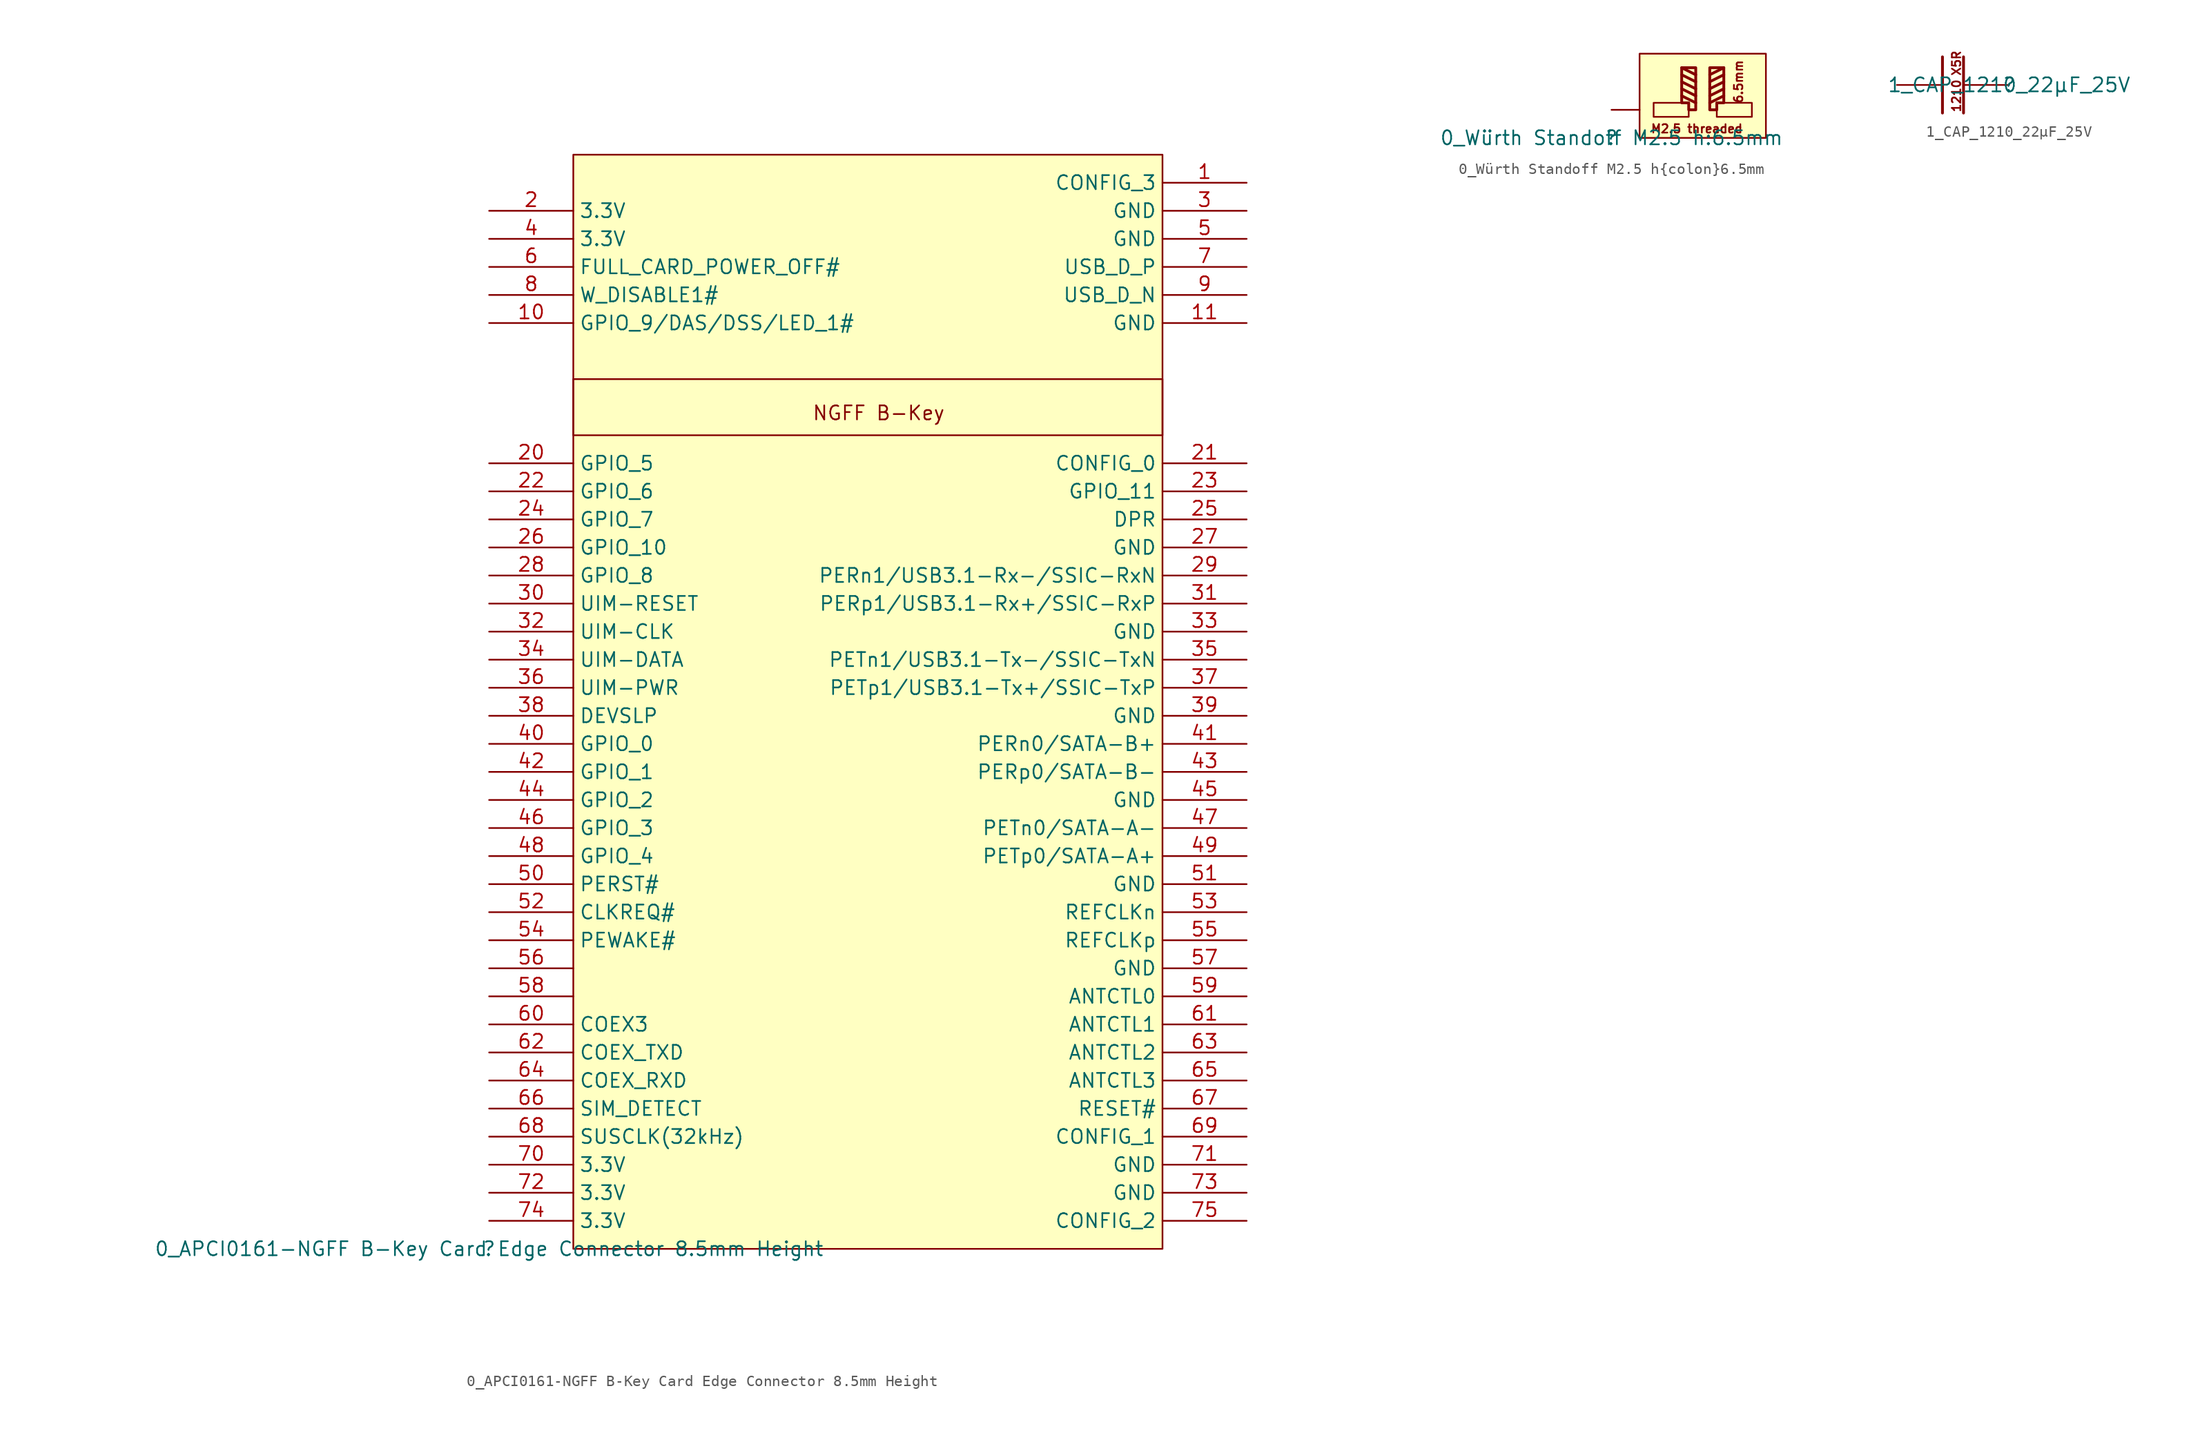
<source format=kicad_sym>
(kicad_symbol_lib
  (version 20211014)
  (generator kicad_symbol_editor)
  (symbol "0_APCI0161-NGFF B-Key Card Edge Connector 8.5mm Height"
    (property "Reference" ""
      (at 0 0 0)
      (effects (font (size 1.27 1.27))))
    (property "Value" "0_APCI0161-NGFF B-Key Card Edge Connector 8.5mm Height"
      (at 0 0 0)
      (effects (font (size 1.27 1.27))))
    (symbol "0_APCI0161-NGFF B-Key Card Edge Connector 8.5mm Height_1_0"
      (rectangle (start 60.96 78.74) (end 7.62 73.66) (stroke (width 0) (type default) (color 0 0 0 0)) (fill (type background)))
      (rectangle (start 60.96 99.06) (end 7.62 0) (stroke (width 0) (type default) (color 0 0 0 0)) (fill (type background)))
      (text "NGFF B-Key" (at 29.21 74.93 0) (effects (font (size 1.27 1.27)) (justify left bottom)))
      (pin passive line (at 68.58 96.52 180) (length 7.62) (name "CONFIG_3" (effects (font (size 1.27 1.27)))) (number "1" (effects (font (size 1.27 1.27)))))
      (pin passive line (at 0 83.82 0) (length 7.62) (name "GPIO_9/DAS/DSS/LED_1#" (effects (font (size 1.27 1.27)))) (number "10" (effects (font (size 1.27 1.27)))))
      (pin passive line (at 68.58 83.82 180) (length 7.62) (name "GND" (effects (font (size 1.27 1.27)))) (number "11" (effects (font (size 1.27 1.27)))))
      (pin passive line (at 0 93.98 0) (length 7.62) (name "3.3V" (effects (font (size 1.27 1.27)))) (number "2" (effects (font (size 1.27 1.27)))))
      (pin passive line (at 0 71.12 0) (length 7.62) (name "GPIO_5" (effects (font (size 1.27 1.27)))) (number "20" (effects (font (size 1.27 1.27)))))
      (pin passive line (at 68.58 71.12 180) (length 7.62) (name "CONFIG_0" (effects (font (size 1.27 1.27)))) (number "21" (effects (font (size 1.27 1.27)))))
      (pin passive line (at 0 68.58 0) (length 7.62) (name "GPIO_6" (effects (font (size 1.27 1.27)))) (number "22" (effects (font (size 1.27 1.27)))))
      (pin passive line (at 68.58 68.58 180) (length 7.62) (name "GPIO_11" (effects (font (size 1.27 1.27)))) (number "23" (effects (font (size 1.27 1.27)))))
      (pin passive line (at 0 66.04 0) (length 7.62) (name "GPIO_7" (effects (font (size 1.27 1.27)))) (number "24" (effects (font (size 1.27 1.27)))))
      (pin passive line (at 68.58 66.04 180) (length 7.62) (name "DPR" (effects (font (size 1.27 1.27)))) (number "25" (effects (font (size 1.27 1.27)))))
      (pin passive line (at 0 63.5 0) (length 7.62) (name "GPIO_10" (effects (font (size 1.27 1.27)))) (number "26" (effects (font (size 1.27 1.27)))))
      (pin passive line (at 68.58 63.5 180) (length 7.62) (name "GND" (effects (font (size 1.27 1.27)))) (number "27" (effects (font (size 1.27 1.27)))))
      (pin passive line (at 0 60.96 0) (length 7.62) (name "GPIO_8" (effects (font (size 1.27 1.27)))) (number "28" (effects (font (size 1.27 1.27)))))
      (pin passive line (at 68.58 60.96 180) (length 7.62) (name "PERn1/USB3.1-Rx-/SSIC-RxN" (effects (font (size 1.27 1.27)))) (number "29" (effects (font (size 1.27 1.27)))))
      (pin passive line (at 68.58 93.98 180) (length 7.62) (name "GND" (effects (font (size 1.27 1.27)))) (number "3" (effects (font (size 1.27 1.27)))))
      (pin passive line (at 0 58.42 0) (length 7.62) (name "UIM-RESET" (effects (font (size 1.27 1.27)))) (number "30" (effects (font (size 1.27 1.27)))))
      (pin passive line (at 68.58 58.42 180) (length 7.62) (name "PERp1/USB3.1-Rx+/SSIC-RxP" (effects (font (size 1.27 1.27)))) (number "31" (effects (font (size 1.27 1.27)))))
      (pin passive line (at 0 55.88 0) (length 7.62) (name "UIM-CLK" (effects (font (size 1.27 1.27)))) (number "32" (effects (font (size 1.27 1.27)))))
      (pin passive line (at 68.58 55.88 180) (length 7.62) (name "GND" (effects (font (size 1.27 1.27)))) (number "33" (effects (font (size 1.27 1.27)))))
      (pin passive line (at 0 53.34 0) (length 7.62) (name "UIM-DATA" (effects (font (size 1.27 1.27)))) (number "34" (effects (font (size 1.27 1.27)))))
      (pin passive line (at 68.58 53.34 180) (length 7.62) (name "PETn1/USB3.1-Tx-/SSIC-TxN" (effects (font (size 1.27 1.27)))) (number "35" (effects (font (size 1.27 1.27)))))
      (pin passive line (at 0 50.8 0) (length 7.62) (name "UIM-PWR" (effects (font (size 1.27 1.27)))) (number "36" (effects (font (size 1.27 1.27)))))
      (pin passive line (at 68.58 50.8 180) (length 7.62) (name "PETp1/USB3.1-Tx+/SSIC-TxP" (effects (font (size 1.27 1.27)))) (number "37" (effects (font (size 1.27 1.27)))))
      (pin passive line (at 0 48.26 0) (length 7.62) (name "DEVSLP" (effects (font (size 1.27 1.27)))) (number "38" (effects (font (size 1.27 1.27)))))
      (pin passive line (at 68.58 48.26 180) (length 7.62) (name "GND" (effects (font (size 1.27 1.27)))) (number "39" (effects (font (size 1.27 1.27)))))
      (pin passive line (at 0 91.44 0) (length 7.62) (name "3.3V" (effects (font (size 1.27 1.27)))) (number "4" (effects (font (size 1.27 1.27)))))
      (pin passive line (at 0 45.72 0) (length 7.62) (name "GPIO_0" (effects (font (size 1.27 1.27)))) (number "40" (effects (font (size 1.27 1.27)))))
      (pin passive line (at 68.58 45.72 180) (length 7.62) (name "PERn0/SATA-B+" (effects (font (size 1.27 1.27)))) (number "41" (effects (font (size 1.27 1.27)))))
      (pin passive line (at 0 43.18 0) (length 7.62) (name "GPIO_1" (effects (font (size 1.27 1.27)))) (number "42" (effects (font (size 1.27 1.27)))))
      (pin passive line (at 68.58 43.18 180) (length 7.62) (name "PERp0/SATA-B-" (effects (font (size 1.27 1.27)))) (number "43" (effects (font (size 1.27 1.27)))))
      (pin passive line (at 0 40.64 0) (length 7.62) (name "GPIO_2" (effects (font (size 1.27 1.27)))) (number "44" (effects (font (size 1.27 1.27)))))
      (pin passive line (at 68.58 40.64 180) (length 7.62) (name "GND" (effects (font (size 1.27 1.27)))) (number "45" (effects (font (size 1.27 1.27)))))
      (pin passive line (at 0 38.1 0) (length 7.62) (name "GPIO_3" (effects (font (size 1.27 1.27)))) (number "46" (effects (font (size 1.27 1.27)))))
      (pin passive line (at 68.58 38.1 180) (length 7.62) (name "PETn0/SATA-A-" (effects (font (size 1.27 1.27)))) (number "47" (effects (font (size 1.27 1.27)))))
      (pin passive line (at 0 35.56 0) (length 7.62) (name "GPIO_4" (effects (font (size 1.27 1.27)))) (number "48" (effects (font (size 1.27 1.27)))))
      (pin passive line (at 68.58 35.56 180) (length 7.62) (name "PETp0/SATA-A+" (effects (font (size 1.27 1.27)))) (number "49" (effects (font (size 1.27 1.27)))))
      (pin passive line (at 68.58 91.44 180) (length 7.62) (name "GND" (effects (font (size 1.27 1.27)))) (number "5" (effects (font (size 1.27 1.27)))))
      (pin passive line (at 0 33.02 0) (length 7.62) (name "PERST#" (effects (font (size 1.27 1.27)))) (number "50" (effects (font (size 1.27 1.27)))))
      (pin passive line (at 68.58 33.02 180) (length 7.62) (name "GND" (effects (font (size 1.27 1.27)))) (number "51" (effects (font (size 1.27 1.27)))))
      (pin passive line (at 0 30.48 0) (length 7.62) (name "CLKREQ#" (effects (font (size 1.27 1.27)))) (number "52" (effects (font (size 1.27 1.27)))))
      (pin passive line (at 68.58 30.48 180) (length 7.62) (name "REFCLKn" (effects (font (size 1.27 1.27)))) (number "53" (effects (font (size 1.27 1.27)))))
      (pin passive line (at 0 27.94 0) (length 7.62) (name "PEWAKE#" (effects (font (size 1.27 1.27)))) (number "54" (effects (font (size 1.27 1.27)))))
      (pin passive line (at 68.58 27.94 180) (length 7.62) (name "REFCLKp" (effects (font (size 1.27 1.27)))) (number "55" (effects (font (size 1.27 1.27)))))
      (pin passive line (at 0 25.4 0) (length 7.62) (name "" (effects (font (size 1.27 1.27)))) (number "56" (effects (font (size 1.27 1.27)))))
      (pin passive line (at 68.58 25.4 180) (length 7.62) (name "GND" (effects (font (size 1.27 1.27)))) (number "57" (effects (font (size 1.27 1.27)))))
      (pin passive line (at 0 22.86 0) (length 7.62) (name "" (effects (font (size 1.27 1.27)))) (number "58" (effects (font (size 1.27 1.27)))))
      (pin passive line (at 68.58 22.86 180) (length 7.62) (name "ANTCTL0" (effects (font (size 1.27 1.27)))) (number "59" (effects (font (size 1.27 1.27)))))
      (pin passive line (at 0 88.9 0) (length 7.62) (name "FULL_CARD_POWER_OFF#" (effects (font (size 1.27 1.27)))) (number "6" (effects (font (size 1.27 1.27)))))
      (pin passive line (at 0 20.32 0) (length 7.62) (name "COEX3" (effects (font (size 1.27 1.27)))) (number "60" (effects (font (size 1.27 1.27)))))
      (pin passive line (at 68.58 20.32 180) (length 7.62) (name "ANTCTL1" (effects (font (size 1.27 1.27)))) (number "61" (effects (font (size 1.27 1.27)))))
      (pin passive line (at 0 17.78 0) (length 7.62) (name "COEX_TXD" (effects (font (size 1.27 1.27)))) (number "62" (effects (font (size 1.27 1.27)))))
      (pin passive line (at 68.58 17.78 180) (length 7.62) (name "ANTCTL2" (effects (font (size 1.27 1.27)))) (number "63" (effects (font (size 1.27 1.27)))))
      (pin passive line (at 0 15.24 0) (length 7.62) (name "COEX_RXD" (effects (font (size 1.27 1.27)))) (number "64" (effects (font (size 1.27 1.27)))))
      (pin passive line (at 68.58 15.24 180) (length 7.62) (name "ANTCTL3" (effects (font (size 1.27 1.27)))) (number "65" (effects (font (size 1.27 1.27)))))
      (pin passive line (at 0 12.7 0) (length 7.62) (name "SIM_DETECT" (effects (font (size 1.27 1.27)))) (number "66" (effects (font (size 1.27 1.27)))))
      (pin passive line (at 68.58 12.7 180) (length 7.62) (name "RESET#" (effects (font (size 1.27 1.27)))) (number "67" (effects (font (size 1.27 1.27)))))
      (pin passive line (at 0 10.16 0) (length 7.62) (name "SUSCLK(32kHz)" (effects (font (size 1.27 1.27)))) (number "68" (effects (font (size 1.27 1.27)))))
      (pin passive line (at 68.58 10.16 180) (length 7.62) (name "CONFIG_1" (effects (font (size 1.27 1.27)))) (number "69" (effects (font (size 1.27 1.27)))))
      (pin passive line (at 68.58 88.9 180) (length 7.62) (name "USB_D_P" (effects (font (size 1.27 1.27)))) (number "7" (effects (font (size 1.27 1.27)))))
      (pin passive line (at 0 7.62 0) (length 7.62) (name "3.3V" (effects (font (size 1.27 1.27)))) (number "70" (effects (font (size 1.27 1.27)))))
      (pin passive line (at 68.58 7.62 180) (length 7.62) (name "GND" (effects (font (size 1.27 1.27)))) (number "71" (effects (font (size 1.27 1.27)))))
      (pin passive line (at 0 5.08 0) (length 7.62) (name "3.3V" (effects (font (size 1.27 1.27)))) (number "72" (effects (font (size 1.27 1.27)))))
      (pin passive line (at 68.58 5.08 180) (length 7.62) (name "GND" (effects (font (size 1.27 1.27)))) (number "73" (effects (font (size 1.27 1.27)))))
      (pin passive line (at 0 2.54 0) (length 7.62) (name "3.3V" (effects (font (size 1.27 1.27)))) (number "74" (effects (font (size 1.27 1.27)))))
      (pin passive line (at 68.58 2.54 180) (length 7.62) (name "CONFIG_2" (effects (font (size 1.27 1.27)))) (number "75" (effects (font (size 1.27 1.27)))))
      (pin passive line (at 0 86.36 0) (length 7.62) (name "W_DISABLE1#" (effects (font (size 1.27 1.27)))) (number "8" (effects (font (size 1.27 1.27)))))
      (pin passive line (at 68.58 86.36 180) (length 7.62) (name "USB_D_N" (effects (font (size 1.27 1.27)))) (number "9" (effects (font (size 1.27 1.27)))))))
  (symbol "0_Würth Standoff M2.5 h{colon}6.5mm"
    (property "Reference" ""
      (at 0 0 0)
      (effects (font (size 1.27 1.27))))
    (property "Value" "0_Würth Standoff M2.5 h:6.5mm"
      (at 0 0 0)
      (effects (font (size 1.27 1.27))))
    (symbol "0_Würth Standoff M2.5 h{colon}6.5mm_1_0"
      (polyline (pts (xy 6.35 3.81) (xy 7.62 3.175)) (stroke (width 0.254) (type default) (color 0 0 0 0)) (fill (type none)))
      (polyline (pts (xy 6.35 4.445) (xy 7.62 3.81)) (stroke (width 0.254) (type default) (color 0 0 0 0)) (fill (type none)))
      (polyline (pts (xy 6.35 5.08) (xy 7.62 4.445)) (stroke (width 0.254) (type default) (color 0 0 0 0)) (fill (type none)))
      (polyline (pts (xy 6.35 5.715) (xy 7.62 5.08)) (stroke (width 0.254) (type default) (color 0 0 0 0)) (fill (type none)))
      (polyline (pts (xy 6.35 6.35) (xy 7.62 5.715)) (stroke (width 0.254) (type default) (color 0 0 0 0)) (fill (type none)))
      (polyline (pts (xy 10.16 3.81) (xy 8.89 3.175)) (stroke (width 0.254) (type default) (color 0 0 0 0)) (fill (type none)))
      (polyline (pts (xy 10.16 4.445) (xy 8.89 3.81)) (stroke (width 0.254) (type default) (color 0 0 0 0)) (fill (type none)))
      (polyline (pts (xy 10.16 5.08) (xy 8.89 4.445)) (stroke (width 0.254) (type default) (color 0 0 0 0)) (fill (type none)))
      (polyline (pts (xy 10.16 5.715) (xy 8.89 5.08)) (stroke (width 0.254) (type default) (color 0 0 0 0)) (fill (type none)))
      (polyline (pts (xy 10.16 6.35) (xy 8.89 5.715)) (stroke (width 0.254) (type default) (color 0 0 0 0)) (fill (type none)))
      (polyline (pts (xy 7.62 2.54) (xy 6.985 2.54) (xy 6.985 3.175) (xy 6.35 3.175) (xy 6.35 6.35) (xy 7.62 6.35) (xy 7.62 2.54)) (stroke (width 0.254) (type default) (color 0 0 0 0)) (fill (type none)))
      (polyline (pts (xy 8.89 2.54) (xy 9.525 2.54) (xy 9.525 3.175) (xy 10.16 3.175) (xy 10.16 6.35) (xy 8.89 6.35) (xy 8.89 2.54)) (stroke (width 0.254) (type default) (color 0 0 0 0)) (fill (type none)))
      (rectangle (start 6.985 3.175) (end 3.81 1.905) (stroke (width 0) (type default) (color 0 0 0 0)) (fill (type background)))
      (rectangle (start 12.7 3.175) (end 9.525 1.905) (stroke (width 0) (type default) (color 0 0 0 0)) (fill (type background)))
      (rectangle (start 13.97 7.62) (end 2.54 0) (stroke (width 0) (type default) (color 0 0 0 0)) (fill (type background)))
      (text "6.5mm" (at 11.938 7.112 900) (effects (font (size 0.762 0.762)) (justify right bottom)))
      (text "M2.5 threaded" (at 11.938 0.381 0) (effects (font (size 0.762 0.762)) (justify right bottom)))
      (pin passive line (at 0 2.54 0) (length 2.54) (name "1" (effects (font (size 0 0)))) (number "1" (effects (font (size 0 0)))))))
  (symbol "1_CAP_1210_22µF_25V"
    (property "Reference" ""
      (at 0 0 0)
      (effects (font (size 1.27 1.27))))
    (property "Value" "1_CAP_1210_22µF_25V"
      (at 0 0 0)
      (effects (font (size 1.27 1.27))))
    (symbol "1_CAP_1210_22µF_25V_1_0"
      (polyline (pts (xy -6.032 -2.54) (xy -6.032 2.54)) (stroke (width 0.254) (type default) (color 0 0 0 0)) (fill (type none)))
      (polyline (pts (xy -4.127 -2.54) (xy -4.127 2.54)) (stroke (width 0.254) (type default) (color 0 0 0 0)) (fill (type none)))
      (text "1210" (at -4.318 -2.54 900) (effects (font (size 0.762 0.762)) (justify left bottom)))
      (text "X5R" (at -4.318 0.762 900) (effects (font (size 0.762 0.762)) (justify left bottom)))
      (pin passive line (at -10.16 0 0) (length 4.064) (name "1" (effects (font (size 0 0)))) (number "1" (effects (font (size 0 0)))))
      (pin passive line (at 0 0 180) (length 4.064) (name "2" (effects (font (size 0 0)))) (number "2" (effects (font (size 0 0))))))))
</source>
